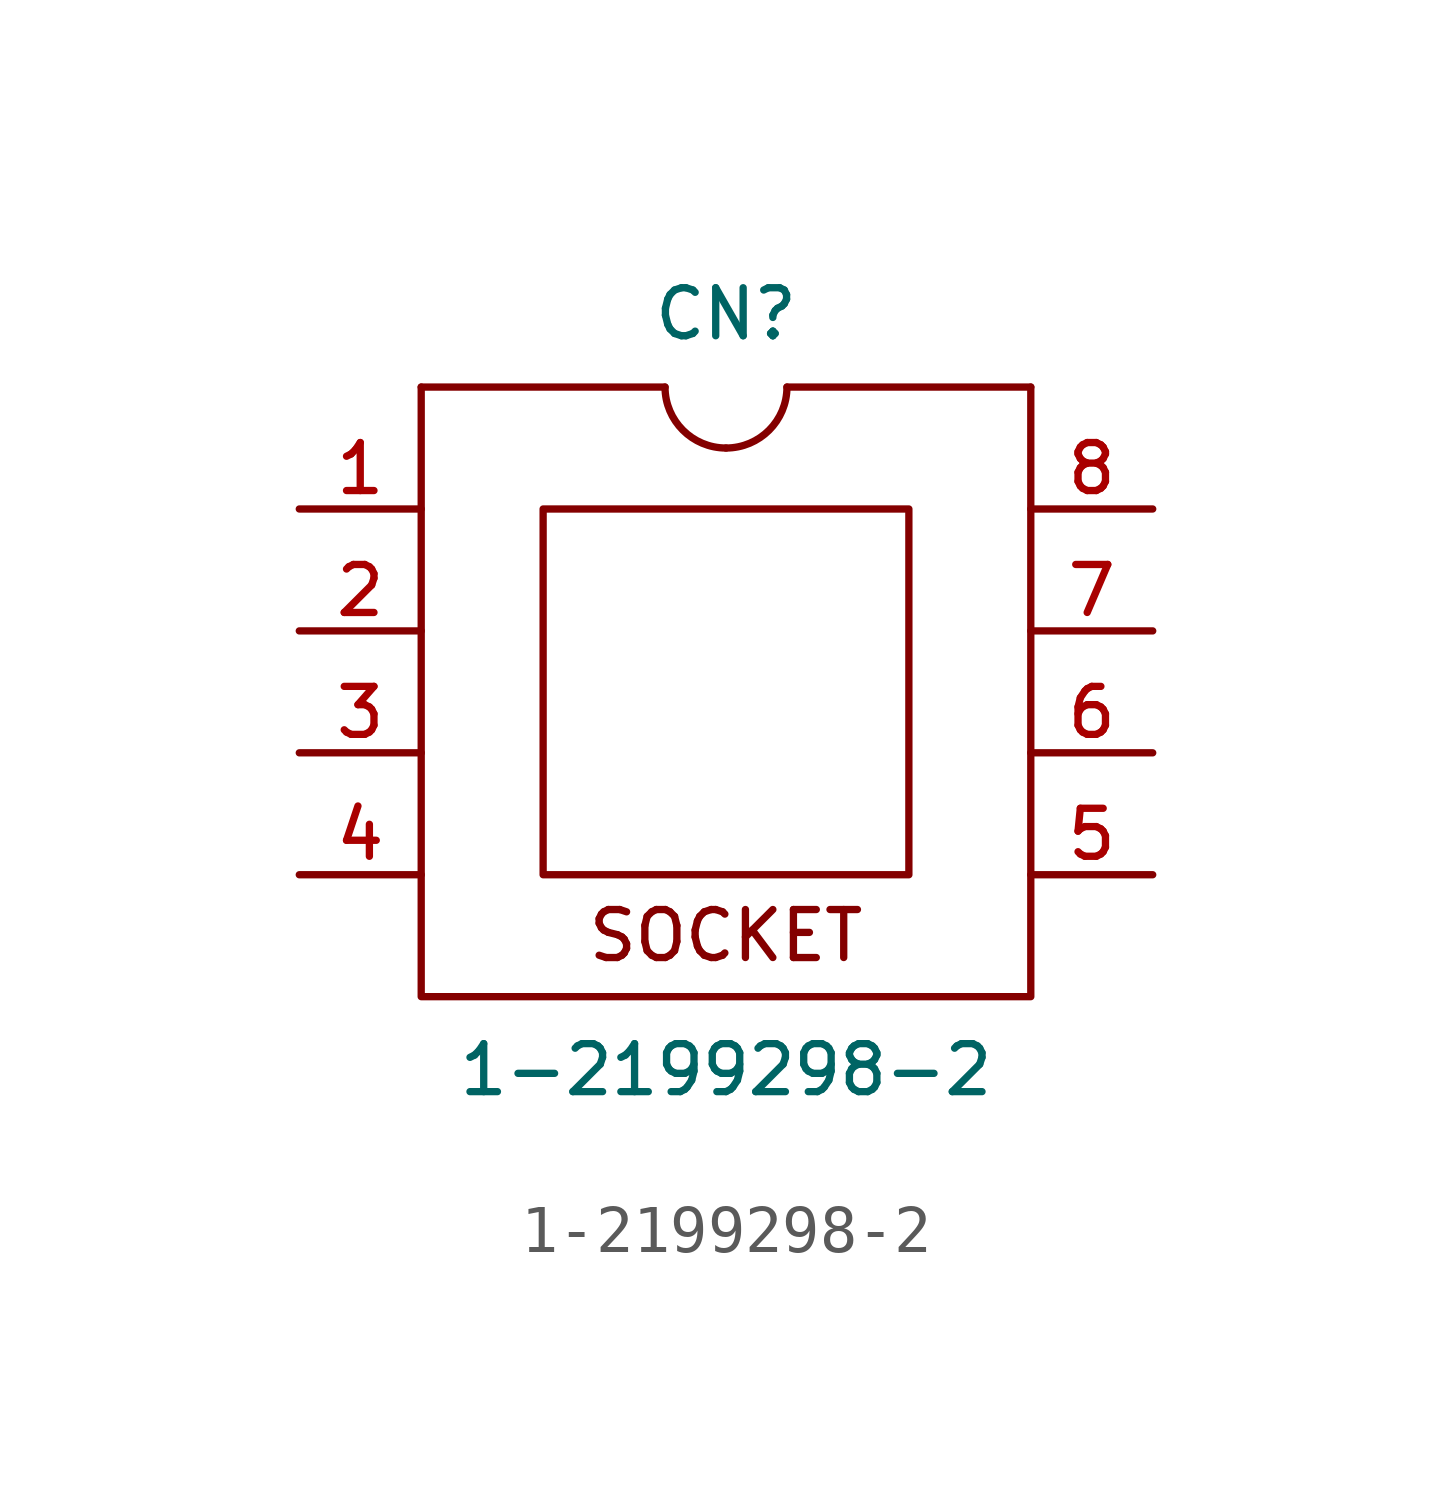
<source format=kicad_sym>
(kicad_symbol_lib
  (version 20241209)
  (generator "kicad_symbol_editor")
  (generator_version "9.0")
  (symbol "1-2199298-2"
    (pin_names
      (hide yes))
    (property "Reference" "CN"
      (at 0 7.874 0)
      (effects (font (size 1 1))))
    (property "Value" "1-2199298-2"
      (at 0 -7.874 0)
      (effects (font (size 1 1))))
    (symbol "1-2199298-2_0_1"
      (polyline (pts (xy -6.35 6.35) (xy -1.27 6.35)) (stroke (width 0) (type default)) (fill (type none)))
      (polyline (pts (xy -6.35 6.35) (xy -6.35 -6.35) (xy 6.35 -6.35) (xy 6.35 6.35)) (stroke (width 0) (type default)) (fill (type none)))
      (rectangle (start -3.81 3.81) (end 3.81 -3.81) (stroke (width 0) (type default)) (fill (type none)))
      (arc (start 1.27 6.35) (mid 0.898 5.452) (end 0 5.08) (stroke (width 0) (type default)) (fill (type none)))
      (arc (start 0 5.08) (mid -0.898 5.452) (end -1.27 6.35) (stroke (width 0) (type default)) (fill (type none)))
      (polyline (pts (xy 6.35 6.35) (xy 1.27 6.35)) (stroke (width 0) (type default)) (fill (type none))))
    (symbol "1-2199298-2_1_1"
      (text "SOCKET" (at 0 -5.08 0) (effects (font (size 1 1))))
      (pin passive line (at -8.89 3.81 0) (length 2.54) (name "1" (effects (font (size 1 1)))) (number "1" (effects (font (size 1 1)))))
      (pin passive line (at -8.89 1.27 0) (length 2.54) (name "2" (effects (font (size 1 1)))) (number "2" (effects (font (size 1 1)))))
      (pin passive line (at -8.89 -1.27 0) (length 2.54) (name "3" (effects (font (size 1 1)))) (number "3" (effects (font (size 1 1)))))
      (pin passive line (at -8.89 -3.81 0) (length 2.54) (name "4" (effects (font (size 1 1)))) (number "4" (effects (font (size 1 1)))))
      (pin passive line (at 8.89 3.81 180) (length 2.54) (name "8" (effects (font (size 1 1)))) (number "8" (effects (font (size 1 1)))))
      (pin passive line (at 8.89 1.27 180) (length 2.54) (name "7" (effects (font (size 1 1)))) (number "7" (effects (font (size 1 1)))))
      (pin passive line (at 8.89 -1.27 180) (length 2.54) (name "6" (effects (font (size 1 1)))) (number "6" (effects (font (size 1 1)))))
      (pin passive line (at 8.89 -3.81 180) (length 2.54) (name "5" (effects (font (size 1 1)))) (number "5" (effects (font (size 1 1))))))))
</source>
